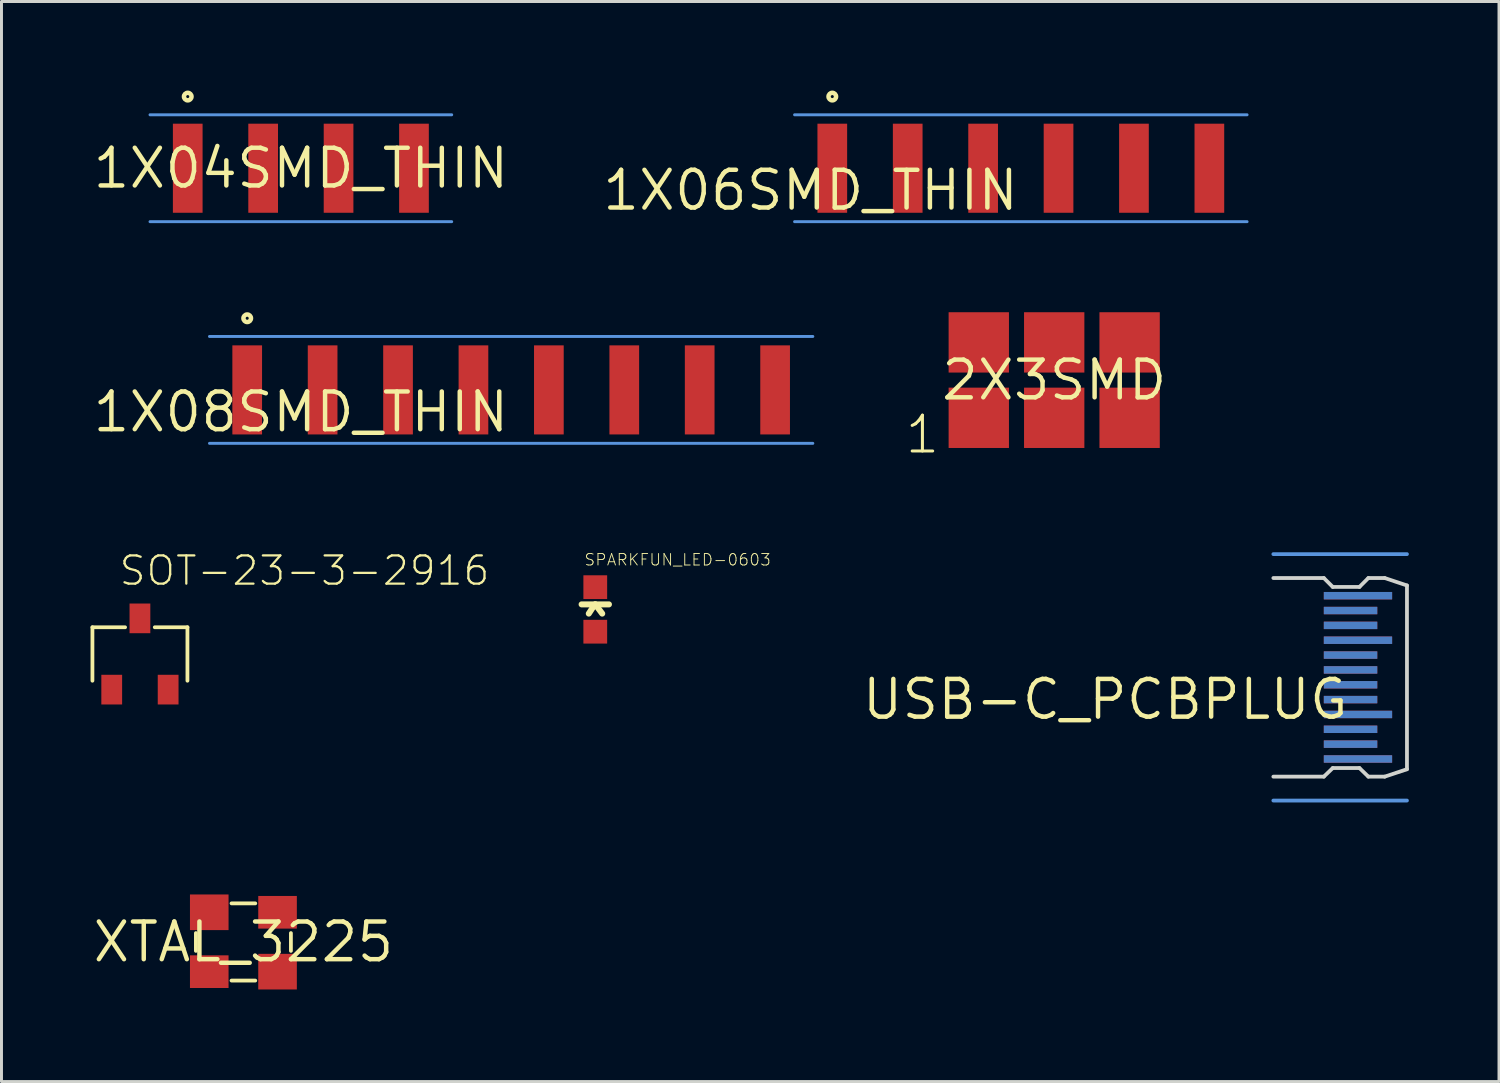
<source format=kicad_pcb>
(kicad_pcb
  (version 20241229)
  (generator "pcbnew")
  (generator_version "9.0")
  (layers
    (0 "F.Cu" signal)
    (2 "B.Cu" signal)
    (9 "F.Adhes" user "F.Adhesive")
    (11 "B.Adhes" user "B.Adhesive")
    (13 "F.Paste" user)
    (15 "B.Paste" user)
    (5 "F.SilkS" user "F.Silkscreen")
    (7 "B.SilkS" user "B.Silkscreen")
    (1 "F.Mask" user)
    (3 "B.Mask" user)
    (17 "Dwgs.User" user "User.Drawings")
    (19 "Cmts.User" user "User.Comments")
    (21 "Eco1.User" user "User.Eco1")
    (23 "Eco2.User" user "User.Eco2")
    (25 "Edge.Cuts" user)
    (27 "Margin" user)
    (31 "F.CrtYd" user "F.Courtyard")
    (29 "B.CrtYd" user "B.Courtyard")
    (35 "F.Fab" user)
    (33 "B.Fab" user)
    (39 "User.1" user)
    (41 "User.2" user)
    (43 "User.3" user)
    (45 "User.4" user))
  (footprint "1X06SMD_THIN"
    (layer "F.Cu")
    (at 31.332 2.616)
    (property "Reference" "1X06SMD_THIN" (at 0 0 0) (layer "F.SilkS") (effects (font (size 1.27 1.27) (thickness 0.15)) (justify right top)))
    (attr through_hole)
    (fp_circle (center -6.35 -2.413) (end -6.223 -2.413) (stroke (width 0.152) (type solid)) (fill no) (layer "F.SilkS"))
    (fp_line (start -7.62 -1.8) (end 7.62 -1.8) (stroke (width 0.1) (type solid)) (layer "Cmts.User"))
    (fp_line (start -7.62 1.8) (end 7.62 1.8) (stroke (width 0.1) (type solid)) (layer "Cmts.User"))
    (pad "P$1" smd rect (at -6.35 0) (size 1 3) (layers "F.Cu" "F.Mask"))
    (pad "P$2" smd rect (at -3.81 0) (size 1 3) (layers "F.Cu" "F.Mask"))
    (pad "P$3" smd rect (at -1.27 0) (size 1 3) (layers "F.Cu" "F.Mask"))
    (pad "P$4" smd rect (at 1.27 0) (size 1 3) (layers "F.Cu" "F.Mask"))
    (pad "P$5" smd rect (at 3.81 0) (size 1 3) (layers "F.Cu" "F.Mask"))
    (pad "P$6" smd rect (at 6.35 0) (size 1 3) (layers "F.Cu" "F.Mask")))
  (footprint "2X3SMD"
    (layer "F.Cu")
    (at 32.456 9.752)
    (property "Reference" "2X3SMD" (at 0 0 0) (layer "F.SilkS") (effects (font (size 1.27 1.27) (thickness 0.15))))
    (attr through_hole)
    (fp_text user "1" (at -5.08 2.54 0) (layer "F.SilkS") (effects (font (size 1.206 1.206) (thickness 0.102)) (justify left bottom)))
    (pad "P$1" smd rect (at -2.54 1.27) (size 2.032 2.032) (layers "F.Cu" "F.Mask"))
    (pad "P$2" smd rect (at -2.54 -1.27) (size 2.032 2.032) (layers "F.Cu" "F.Mask"))
    (pad "P$3" smd rect (at 0 1.27) (size 2.032 2.032) (layers "F.Cu" "F.Mask"))
    (pad "P$4" smd rect (at 0 -1.27) (size 2.032 2.032) (layers "F.Cu" "F.Mask"))
    (pad "P$5" smd rect (at 2.54 1.27) (size 2.032 2.032) (layers "F.Cu" "F.Mask"))
    (pad "P$6" smd rect (at 2.54 -1.27) (size 2.032 2.032) (layers "F.Cu" "F.Mask")))
  (footprint "SOT-23-3-2916"
    (layer "F.Cu")
    (at 1.663 18.977)
    (property "Reference" "SOT-23-3-2916" (at -0.75 -2.25 180) (layer "F.SilkS") (effects (font (size 0.95 0.95) (thickness 0.076)) (justify left bottom)))
    (attr smd)
    (fp_line (start -1.6 -0.9) (end -0.5 -0.9) (stroke (width 0.127) (type solid)) (layer "F.SilkS"))
    (fp_line (start -1.6 0.9) (end -1.6 -0.9) (stroke (width 0.127) (type solid)) (layer "F.SilkS"))
    (fp_line (start 0.5 -0.9) (end 1.6 -0.9) (stroke (width 0.127) (type solid)) (layer "F.SilkS"))
    (fp_line (start 1.6 -0.9) (end 1.6 0.9) (stroke (width 0.127) (type solid)) (layer "F.SilkS"))
    (pad "1" smd rect (at -0.95 1.2) (size 0.7 1) (layers "F.Cu" "F.Mask" "F.Paste"))
    (pad "2" smd rect (at 0.95 1.2) (size 0.7 1) (layers "F.Cu" "F.Mask" "F.Paste"))
    (pad "3" smd rect (at 0 -1.2) (size 0.7 1) (layers "F.Cu" "F.Mask" "F.Paste")))
  (footprint "1X04SMD_THIN"
    (layer "F.Cu")
    (at 7.083 2.616)
    (property "Reference" "1X04SMD_THIN" (at 0 0 0) (layer "F.SilkS") (effects (font (size 1.27 1.27) (thickness 0.15))))
    (attr through_hole)
    (fp_circle (center -3.81 -2.413) (end -3.683 -2.413) (stroke (width 0.152) (type solid)) (fill no) (layer "F.SilkS"))
    (fp_line (start -5.08 -1.8) (end 5.08 -1.8) (stroke (width 0.1) (type solid)) (layer "Cmts.User"))
    (fp_line (start -5.08 1.8) (end 5.08 1.8) (stroke (width 0.1) (type solid)) (layer "Cmts.User"))
    (pad "P$1" smd rect (at -3.81 0) (size 1 3) (layers "F.Cu" "F.Mask"))
    (pad "P$2" smd rect (at -1.27 0) (size 1 3) (layers "F.Cu" "F.Mask"))
    (pad "P$3" smd rect (at 1.27 0) (size 1 3) (layers "F.Cu" "F.Mask"))
    (pad "P$4" smd rect (at 3.81 0) (size 1 3) (layers "F.Cu" "F.Mask")))
  (footprint "USB-C_PCBPLUG"
    (layer "F.Cu")
    (at 42.437 19.763)
    (property "Reference" "USB-C_PCBPLUG" (at 0 0 0) (layer "F.SilkS") (effects (font (size 1.27 1.27) (thickness 0.15)) (justify right top)))
    (attr through_hole)
    (fp_poly (pts (xy -1 3.5) (xy 2 3.5) (xy 2 -3.5) (xy -1 -3.5)) (stroke (width 0) (type solid)) (fill yes) (layer "F.Mask"))
    (fp_poly (pts (xy -1 3.5) (xy 2 3.5) (xy 2 -3.5) (xy -1 -3.5)) (stroke (width 0) (type solid)) (fill yes) (layer "B.Mask"))
    (fp_line (start -2.6 -4.15) (end 1.9 -4.15) (stroke (width 0.127) (type solid)) (layer "Cmts.User"))
    (fp_line (start -2.6 4.15) (end 1.9 4.15) (stroke (width 0.127) (type solid)) (layer "Cmts.User"))
    (fp_line (start -2.6 -3.345) (end -0.9 -3.345) (stroke (width 0.127) (type solid)) (layer "Edge.Cuts"))
    (fp_line (start -2.6 3.345) (end -0.9 3.345) (stroke (width 0.127) (type solid)) (layer "Edge.Cuts"))
    (fp_line (start -0.9 -3.345) (end -0.6 -3.045) (stroke (width 0.127) (type solid)) (layer "Edge.Cuts"))
    (fp_line (start -0.9 3.345) (end -0.6 3.055) (stroke (width 0.127) (type solid)) (layer "Edge.Cuts"))
    (fp_line (start -0.6 -3.045) (end 0.3 -3.045) (stroke (width 0.127) (type solid)) (layer "Edge.Cuts"))
    (fp_line (start -0.6 3.055) (end 0.3 3.055) (stroke (width 0.127) (type solid)) (layer "Edge.Cuts"))
    (fp_line (start 0.3 -3.045) (end 0.6 -3.345) (stroke (width 0.127) (type solid)) (layer "Edge.Cuts"))
    (fp_line (start 0.3 3.055) (end 0.6 3.345) (stroke (width 0.127) (type solid)) (layer "Edge.Cuts"))
    (fp_line (start 0.6 -3.345) (end 1.15 -3.345) (stroke (width 0.127) (type solid)) (layer "Edge.Cuts"))
    (fp_line (start 0.6 3.345) (end 1.15 3.345) (stroke (width 0.127) (type solid)) (layer "Edge.Cuts"))
    (fp_line (start 1.15 -3.345) (end 1.9 -3.095) (stroke (width 0.127) (type solid)) (layer "Edge.Cuts"))
    (fp_line (start 1.9 -3.095) (end 1.9 3.095) (stroke (width 0.127) (type solid)) (layer "Edge.Cuts"))
    (fp_line (start 1.9 3.095) (end 1.15 3.345) (stroke (width 0.127) (type solid)) (layer "Edge.Cuts"))
    (pad "P$A1" smd rect (at 0.25 2.75) (size 2.3 0.25) (layers "F.Cu" "F.Mask"))
    (pad "P$A2" smd rect (at 0 2.25) (size 1.8 0.25) (layers "F.Cu" "F.Mask"))
    (pad "P$A3" smd rect (at 0 1.75) (size 1.8 0.25) (layers "F.Cu" "F.Mask"))
    (pad "P$A4" smd rect (at 0.25 1.25) (size 2.3 0.25) (layers "F.Cu" "F.Mask"))
    (pad "P$A5" smd rect (at 0 0.75) (size 1.8 0.25) (layers "F.Cu" "F.Mask"))
    (pad "P$A6" smd rect (at 0 0.25) (size 1.8 0.25) (layers "F.Cu" "F.Mask"))
    (pad "P$A7" smd rect (at 0 -0.25) (size 1.8 0.25) (layers "F.Cu" "F.Mask"))
    (pad "P$A8" smd rect (at 0 -0.75) (size 1.8 0.25) (layers "F.Cu" "F.Mask"))
    (pad "P$A9" smd rect (at 0.25 -1.25) (size 2.3 0.25) (layers "F.Cu" "F.Mask"))
    (pad "P$A10" smd rect (at 0 -1.75) (size 1.8 0.25) (layers "F.Cu" "F.Mask"))
    (pad "P$A11" smd rect (at 0 -2.25) (size 1.8 0.25) (layers "F.Cu" "F.Mask"))
    (pad "P$A12" smd rect (at 0.25 -2.75) (size 2.3 0.25) (layers "F.Cu" "F.Mask"))
    (pad "P$B1" smd rect (at 0.25 -2.75) (size 2.3 0.25) (layers "B.Cu" "B.Mask"))
    (pad "P$B2" smd rect (at 0 -2.25) (size 1.8 0.25) (layers "B.Cu" "B.Mask"))
    (pad "P$B3" smd rect (at 0 -1.75) (size 1.8 0.25) (layers "B.Cu" "B.Mask"))
    (pad "P$B4" smd rect (at 0.25 -1.25) (size 2.3 0.25) (layers "B.Cu" "B.Mask"))
    (pad "P$B5" smd rect (at 0 -0.75) (size 1.8 0.25) (layers "B.Cu" "B.Mask"))
    (pad "P$B6" smd rect (at 0 -0.25) (size 1.8 0.25) (layers "B.Cu" "B.Mask"))
    (pad "P$B7" smd rect (at 0 0.25) (size 1.8 0.25) (layers "B.Cu" "B.Mask"))
    (pad "P$B8" smd rect (at 0 0.75) (size 1.8 0.25) (layers "B.Cu" "B.Mask"))
    (pad "P$B9" smd rect (at 0.25 1.25) (size 2.3 0.25) (layers "B.Cu" "B.Mask"))
    (pad "P$B10" smd rect (at 0 1.75) (size 1.8 0.25) (layers "B.Cu" "B.Mask"))
    (pad "P$B11" smd rect (at 0 2.25) (size 1.8 0.25) (layers "B.Cu" "B.Mask"))
    (pad "P$B12" smd rect (at 0.25 2.75) (size 2.3 0.25) (layers "B.Cu" "B.Mask")))
  (footprint "SPARKFUN_LED-0603"
    (layer "F.Cu")
    (at 16.999 17.476)
    (property "Reference" "SPARKFUN_LED-0603" (at -0.389 -1.448 0) (layer "F.SilkS") (effects (font (size 0.386 0.386) (thickness 0.031)) (justify left bottom)))
    (attr smd)
    (fp_line (start -0.46 -0.17) (end 0 -0.17) (stroke (width 0.203) (type solid)) (layer "F.SilkS"))
    (fp_line (start -0.025 -0.155) (end -0.218 0.14) (stroke (width 0.203) (type solid)) (layer "F.SilkS"))
    (fp_line (start 0 -0.17) (end 0.234 0.14) (stroke (width 0.203) (type solid)) (layer "F.SilkS"))
    (fp_line (start 0 -0.17) (end 0.46 -0.17) (stroke (width 0.203) (type solid)) (layer "F.SilkS"))
    (pad "A" smd rect (at 0 0.75) (size 0.8 0.8) (layers "F.Cu" "F.Mask" "F.Paste"))
    (pad "C" smd rect (at 0 -0.75) (size 0.8 0.8) (layers "F.Cu" "F.Mask" "F.Paste")))
  (footprint "XTAL_3225"
    (layer "F.Cu")
    (at 5.148 28.676)
    (property "Reference" "XTAL_3225" (at 0 0 0) (layer "F.SilkS") (effects (font (size 1.27 1.27) (thickness 0.15))))
    (attr smd)
    (fp_poly (pts (xy -1.8 -0.4) (xy -0.5 -0.4) (xy -0.5 -1.6) (xy -1.8 -1.6)) (stroke (width 0) (type solid)) (fill yes) (layer "F.Cu"))
    (fp_poly (pts (xy 0.5 1.6) (xy 1.8 1.6) (xy 1.8 0.4) (xy 0.5 0.4)) (stroke (width 0) (type solid)) (fill yes) (layer "F.Cu"))
    (fp_poly (pts (xy -1.9 -0.3) (xy -0.4 -0.3) (xy -0.4 -1.7) (xy -1.9 -1.7)) (stroke (width 0) (type solid)) (fill yes) (layer "F.Mask"))
    (fp_poly (pts (xy 0.4 1.7) (xy 1.9 1.7) (xy 1.9 0.3) (xy 0.4 0.3)) (stroke (width 0) (type solid)) (fill yes) (layer "F.Mask"))
    (fp_line (start -1.6 -0.3) (end -1.6 0.3) (stroke (width 0.127) (type solid)) (layer "F.SilkS"))
    (fp_line (start -0.4 -1.3) (end 0.4 -1.3) (stroke (width 0.127) (type solid)) (layer "F.SilkS"))
    (fp_line (start -0.4 1.3) (end 0.4 1.3) (stroke (width 0.127) (type solid)) (layer "F.SilkS"))
    (fp_line (start 1.6 -0.3) (end 1.6 0.3) (stroke (width 0.127) (type solid)) (layer "F.SilkS"))
    (fp_poly (pts (xy -1.9 -0.3) (xy -0.4 -0.3) (xy -0.4 -1.7) (xy -1.9 -1.7)) (stroke (width 0) (type solid)) (fill yes) (layer "F.Paste"))
    (fp_poly (pts (xy 0.4 1.7) (xy 1.9 1.7) (xy 1.9 0.3) (xy 0.4 0.3)) (stroke (width 0) (type solid)) (fill yes) (layer "F.Paste"))
    (pad "P$H1" smd rect (at -1.15 1) (size 1.3 1.1) (layers "F.Cu" "F.Mask" "F.Paste"))
    (pad "P$H2" smd rect (at 1.15 -1) (size 1.3 1.1) (layers "F.Cu" "F.Mask" "F.Paste")))
  (footprint "1X08SMD_THIN"
    (layer "F.Cu")
    (at 14.166 10.082)
    (property "Reference" "1X08SMD_THIN" (at 0 0 0) (layer "F.SilkS") (effects (font (size 1.27 1.27) (thickness 0.15)) (justify right top)))
    (attr through_hole)
    (fp_circle (center -8.89 -2.413) (end -8.763 -2.413) (stroke (width 0.152) (type solid)) (fill no) (layer "F.SilkS"))
    (fp_line (start -10.16 -1.8) (end 10.16 -1.8) (stroke (width 0.1) (type solid)) (layer "Cmts.User"))
    (fp_line (start -10.16 1.8) (end 10.16 1.8) (stroke (width 0.1) (type solid)) (layer "Cmts.User"))
    (pad "P$1" smd rect (at -8.89 0) (size 1 3) (layers "F.Cu" "F.Mask"))
    (pad "P$2" smd rect (at -6.35 0) (size 1 3) (layers "F.Cu" "F.Mask"))
    (pad "P$3" smd rect (at -3.81 0) (size 1 3) (layers "F.Cu" "F.Mask"))
    (pad "P$4" smd rect (at -1.27 0) (size 1 3) (layers "F.Cu" "F.Mask"))
    (pad "P$5" smd rect (at 1.27 0) (size 1 3) (layers "F.Cu" "F.Mask"))
    (pad "P$6" smd rect (at 3.81 0) (size 1 3) (layers "F.Cu" "F.Mask"))
    (pad "P$7" smd rect (at 6.35 0) (size 1 3) (layers "F.Cu" "F.Mask"))
    (pad "P$8" smd rect (at 8.89 0) (size 1 3) (layers "F.Cu" "F.Mask")))
  (gr_rect
    (start -3 -3)
    (end 47.437 33.376)
    (stroke (width 0.1) (type default))
    (fill no)
    (layer "Edge.Cuts")))
</source>
